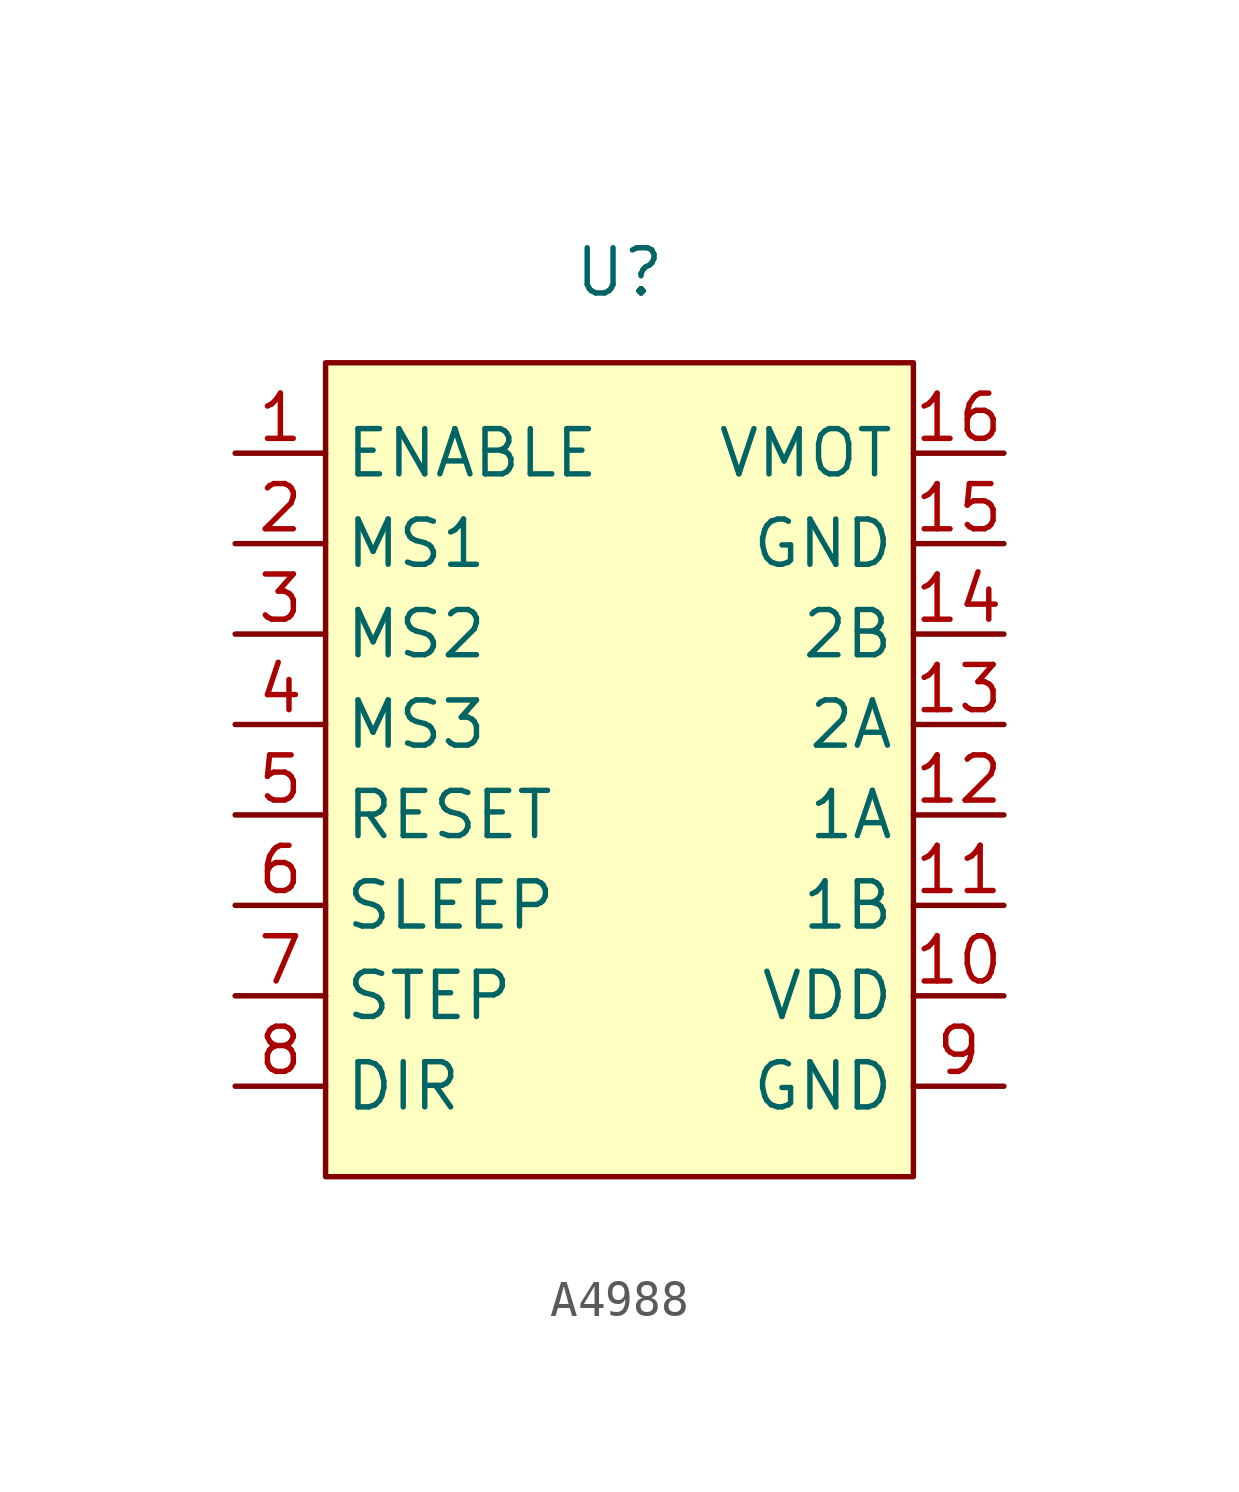
<source format=kicad_sym>
(kicad_symbol_lib
  (version 20220914)
  (generator kicad_symbol_editor)
  (symbol "A4988"
    (property "Reference" "U"
      (at 0 0.635 0)
      (effects (font (size 1.27 1.27))))
    (property "Value" ""
      (at 0 0 0)
      (effects (font (size 1.27 1.27))))
    (symbol "A4988_1_1"
      (rectangle (start -8.255 -1.905) (end 8.255 -24.765) (stroke (width 0) (type default)) (fill (type background)))
      (pin bidirectional line (at -10.795 -4.445 0) (length 2.54) (name "ENABLE" (effects (font (size 1.27 1.27)))) (number "1" (effects (font (size 1.27 1.27)))))
      (pin power_in line (at 10.795 -19.685 180) (length 2.54) (name "VDD" (effects (font (size 1.27 1.27)))) (number "10" (effects (font (size 1.27 1.27)))))
      (pin output line (at 10.795 -17.145 180) (length 2.54) (name "1B" (effects (font (size 1.27 1.27)))) (number "11" (effects (font (size 1.27 1.27)))))
      (pin output line (at 10.795 -14.605 180) (length 2.54) (name "1A" (effects (font (size 1.27 1.27)))) (number "12" (effects (font (size 1.27 1.27)))))
      (pin output line (at 10.795 -12.065 180) (length 2.54) (name "2A" (effects (font (size 1.27 1.27)))) (number "13" (effects (font (size 1.27 1.27)))))
      (pin output line (at 10.795 -9.525 180) (length 2.54) (name "2B" (effects (font (size 1.27 1.27)))) (number "14" (effects (font (size 1.27 1.27)))))
      (pin power_in line (at 10.795 -6.985 180) (length 2.54) (name "GND" (effects (font (size 1.27 1.27)))) (number "15" (effects (font (size 1.27 1.27)))))
      (pin power_in line (at 10.795 -4.445 180) (length 2.54) (name "VMOT" (effects (font (size 1.27 1.27)))) (number "16" (effects (font (size 1.27 1.27)))))
      (pin bidirectional line (at -10.795 -6.985 0) (length 2.54) (name "MS1" (effects (font (size 1.27 1.27)))) (number "2" (effects (font (size 1.27 1.27)))))
      (pin bidirectional line (at -10.795 -9.525 0) (length 2.54) (name "MS2" (effects (font (size 1.27 1.27)))) (number "3" (effects (font (size 1.27 1.27)))))
      (pin bidirectional line (at -10.795 -12.065 0) (length 2.54) (name "MS3" (effects (font (size 1.27 1.27)))) (number "4" (effects (font (size 1.27 1.27)))))
      (pin bidirectional line (at -10.795 -14.605 0) (length 2.54) (name "RESET" (effects (font (size 1.27 1.27)))) (number "5" (effects (font (size 1.27 1.27)))))
      (pin bidirectional line (at -10.795 -17.145 0) (length 2.54) (name "SLEEP" (effects (font (size 1.27 1.27)))) (number "6" (effects (font (size 1.27 1.27)))))
      (pin bidirectional line (at -10.795 -19.685 0) (length 2.54) (name "STEP" (effects (font (size 1.27 1.27)))) (number "7" (effects (font (size 1.27 1.27)))))
      (pin bidirectional line (at -10.795 -22.225 0) (length 2.54) (name "DIR" (effects (font (size 1.27 1.27)))) (number "8" (effects (font (size 1.27 1.27)))))
      (pin power_in line (at 10.795 -22.225 180) (length 2.54) (name "GND" (effects (font (size 1.27 1.27)))) (number "9" (effects (font (size 1.27 1.27))))))))
</source>
